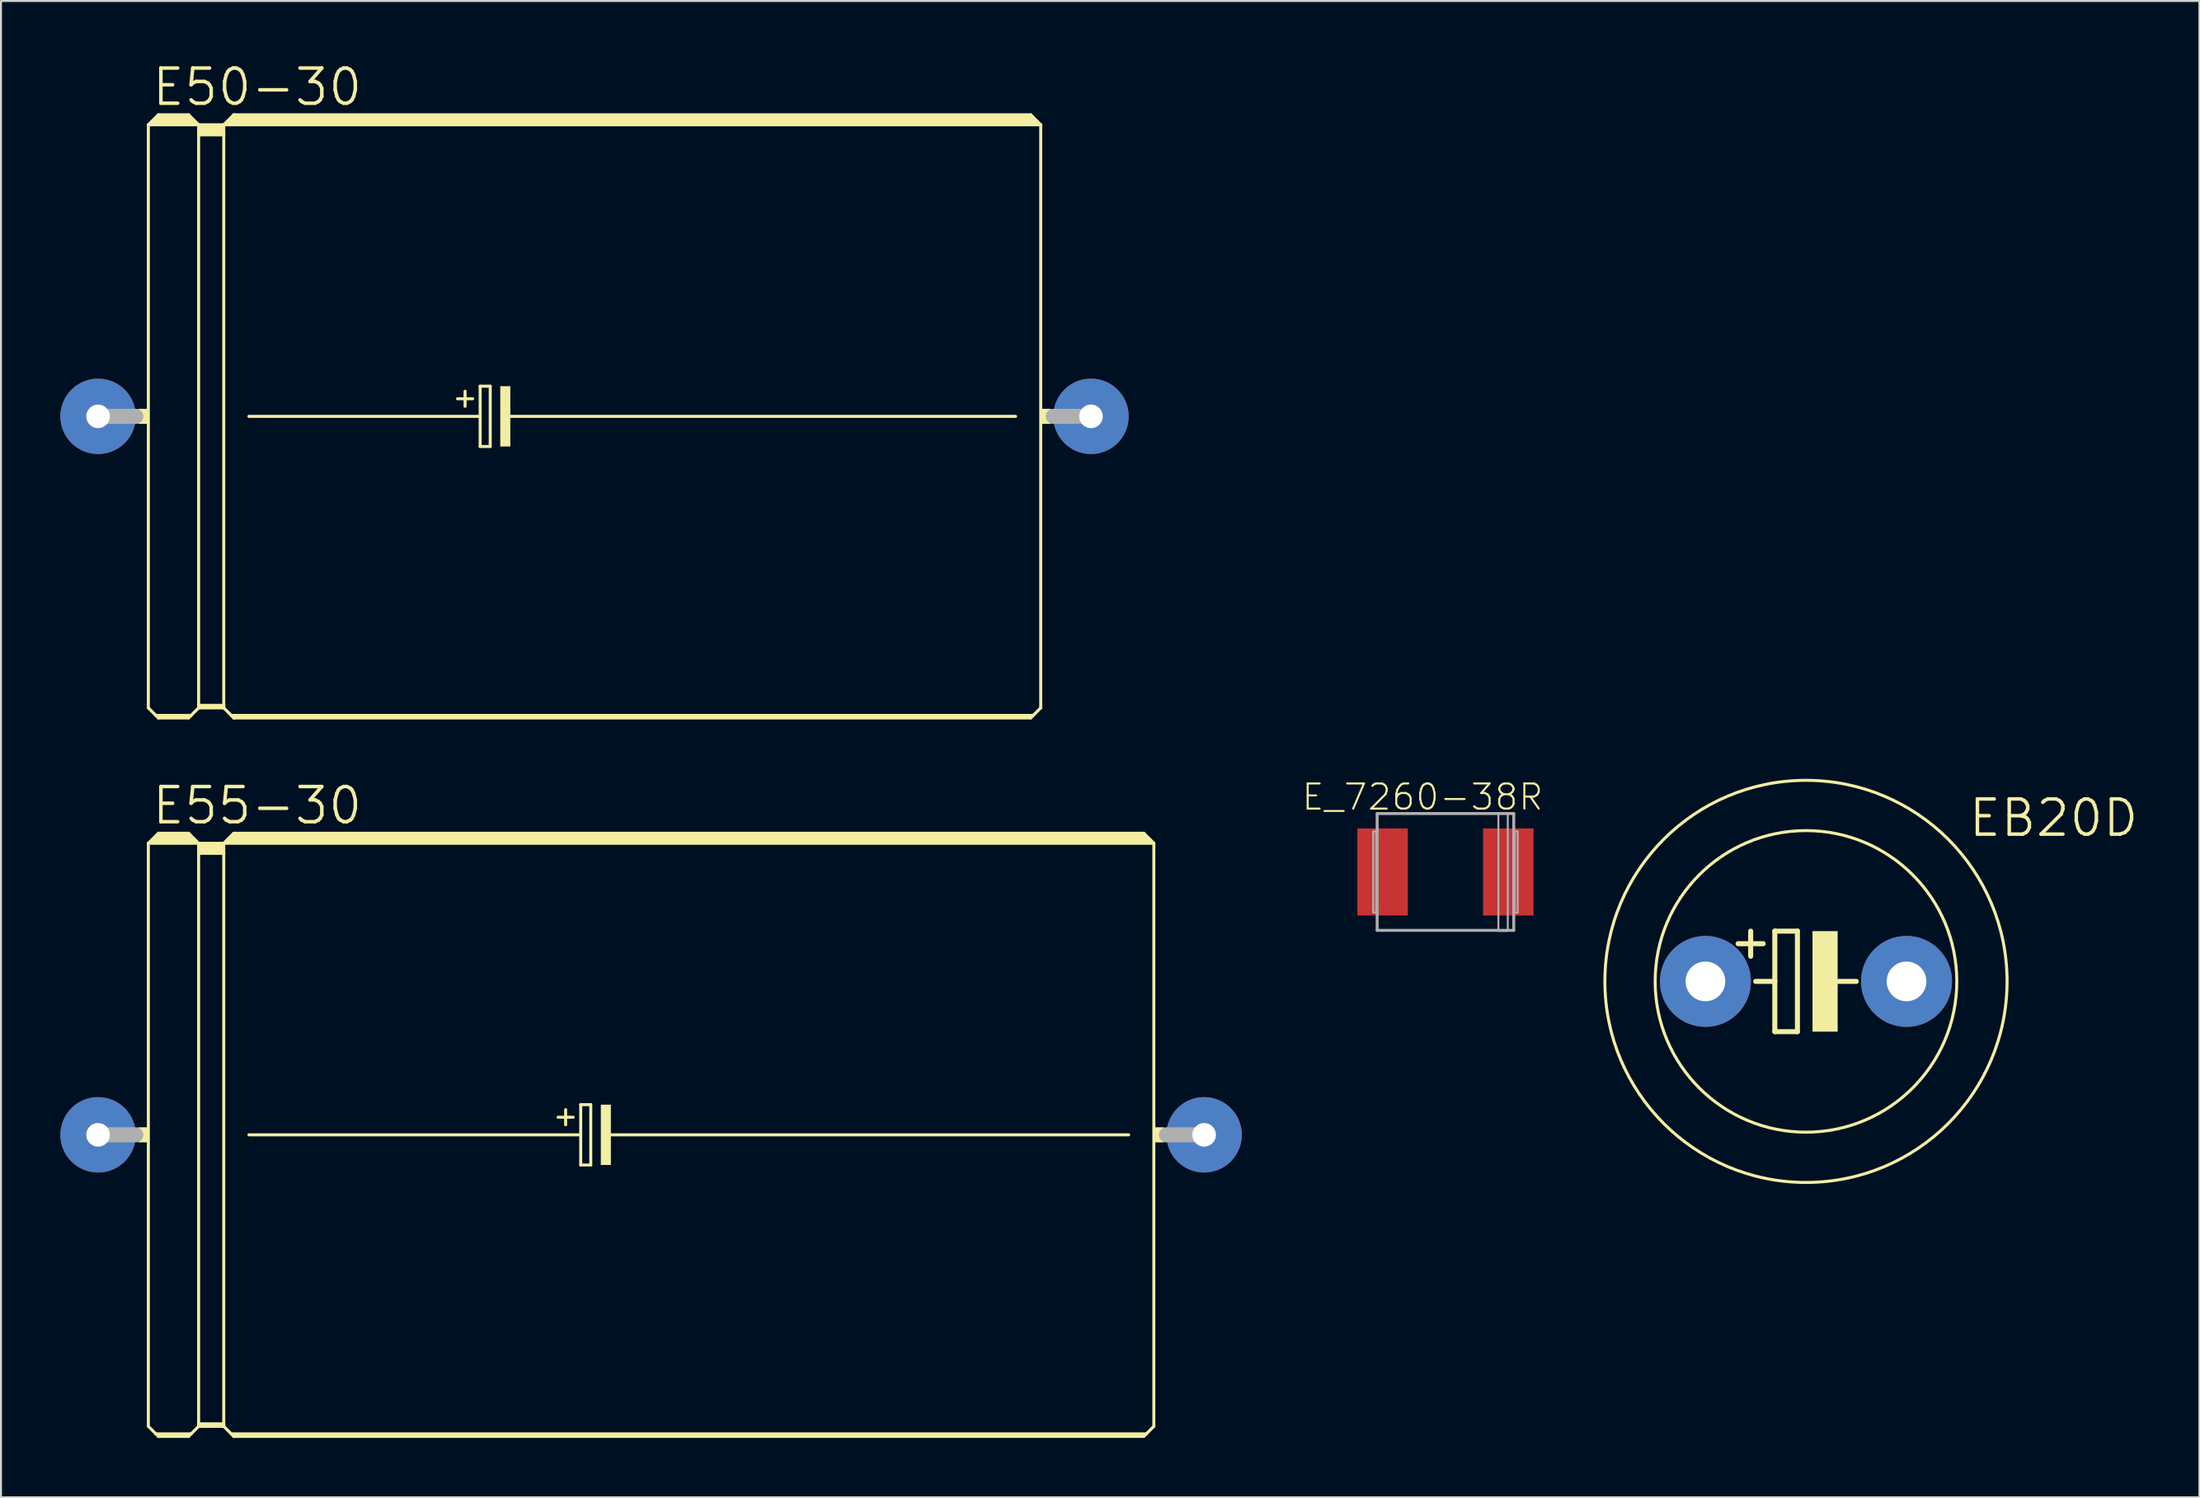
<source format=kicad_pcb>
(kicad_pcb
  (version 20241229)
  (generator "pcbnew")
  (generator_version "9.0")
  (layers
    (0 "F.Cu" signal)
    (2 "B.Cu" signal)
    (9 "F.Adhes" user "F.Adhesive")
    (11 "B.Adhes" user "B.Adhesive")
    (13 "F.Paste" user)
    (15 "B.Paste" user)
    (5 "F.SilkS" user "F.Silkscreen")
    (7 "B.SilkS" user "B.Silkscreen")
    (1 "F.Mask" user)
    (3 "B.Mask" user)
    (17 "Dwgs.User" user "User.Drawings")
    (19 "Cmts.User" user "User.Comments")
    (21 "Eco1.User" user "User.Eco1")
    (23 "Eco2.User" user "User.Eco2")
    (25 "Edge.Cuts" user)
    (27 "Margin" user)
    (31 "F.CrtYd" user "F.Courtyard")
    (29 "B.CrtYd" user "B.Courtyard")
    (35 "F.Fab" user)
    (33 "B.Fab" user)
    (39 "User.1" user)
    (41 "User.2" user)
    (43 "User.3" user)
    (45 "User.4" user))
  (footprint "E55-30"
    (layer "F.Cu")
    (at 29.845 54.295)
    (property "Reference" "E55-30" (at -19.897 -16.637 0) (layer "F.SilkS") (effects (font (size 1.778 1.778) (thickness 0.178))))
    (attr through_hole)
    (fp_line (start -25.4 -14.732) (end -25.4 14.732) (stroke (width 0.152) (type solid)) (layer "F.SilkS"))
    (fp_line (start -25.4 -14.732) (end -24.892 -15.24) (stroke (width 0.152) (type solid)) (layer "F.SilkS"))
    (fp_line (start -25.4 -14.732) (end -22.86 -14.732) (stroke (width 0.152) (type solid)) (layer "F.SilkS"))
    (fp_line (start -25.4 14.732) (end -25.019 15.113) (stroke (width 0.152) (type solid)) (layer "F.SilkS"))
    (fp_line (start -25.146 -14.859) (end -23.114 -14.859) (stroke (width 0.305) (type solid)) (layer "F.SilkS"))
    (fp_line (start -25.019 15.113) (end -24.892 15.24) (stroke (width 0.152) (type solid)) (layer "F.SilkS"))
    (fp_line (start -25.019 15.113) (end -23.241 15.113) (stroke (width 0.152) (type solid)) (layer "F.SilkS"))
    (fp_line (start -24.892 -15.24) (end -23.368 -15.24) (stroke (width 0.152) (type solid)) (layer "F.SilkS"))
    (fp_line (start -24.892 -15.113) (end -23.368 -15.113) (stroke (width 0.305) (type solid)) (layer "F.SilkS"))
    (fp_line (start -24.892 15.189) (end -23.368 15.189) (stroke (width 0.152) (type solid)) (layer "F.SilkS"))
    (fp_line (start -24.892 15.24) (end -24.892 15.189) (stroke (width 0.152) (type solid)) (layer "F.SilkS"))
    (fp_line (start -24.892 15.24) (end -23.368 15.24) (stroke (width 0.152) (type solid)) (layer "F.SilkS"))
    (fp_line (start -23.368 -15.24) (end -22.86 -14.732) (stroke (width 0.152) (type solid)) (layer "F.SilkS"))
    (fp_line (start -23.368 15.24) (end -23.241 15.113) (stroke (width 0.152) (type solid)) (layer "F.SilkS"))
    (fp_line (start -23.241 15.113) (end -22.86 14.732) (stroke (width 0.152) (type solid)) (layer "F.SilkS"))
    (fp_line (start -22.86 -14.732) (end -21.59 -14.732) (stroke (width 0.152) (type solid)) (layer "F.SilkS"))
    (fp_line (start -22.86 -14.224) (end -22.86 -14.732) (stroke (width 0.152) (type solid)) (layer "F.SilkS"))
    (fp_line (start -22.86 -14.224) (end -21.59 -14.224) (stroke (width 0.152) (type solid)) (layer "F.SilkS"))
    (fp_line (start -22.86 14.605) (end -22.86 -14.224) (stroke (width 0.152) (type solid)) (layer "F.SilkS"))
    (fp_line (start -22.86 14.605) (end -21.59 14.605) (stroke (width 0.152) (type solid)) (layer "F.SilkS"))
    (fp_line (start -22.86 14.681) (end -22.86 14.605) (stroke (width 0.152) (type solid)) (layer "F.SilkS"))
    (fp_line (start -22.86 14.681) (end -21.59 14.681) (stroke (width 0.152) (type solid)) (layer "F.SilkS"))
    (fp_line (start -22.86 14.732) (end -22.86 14.681) (stroke (width 0.152) (type solid)) (layer "F.SilkS"))
    (fp_line (start -22.86 14.732) (end -21.59 14.732) (stroke (width 0.152) (type solid)) (layer "F.SilkS"))
    (fp_line (start -22.733 -14.605) (end -21.717 -14.605) (stroke (width 0.305) (type solid)) (layer "F.SilkS"))
    (fp_line (start -22.733 -14.351) (end -21.717 -14.351) (stroke (width 0.305) (type solid)) (layer "F.SilkS"))
    (fp_line (start -21.59 -14.732) (end -21.082 -15.24) (stroke (width 0.152) (type solid)) (layer "F.SilkS"))
    (fp_line (start -21.59 -14.732) (end 25.4 -14.732) (stroke (width 0.152) (type solid)) (layer "F.SilkS"))
    (fp_line (start -21.59 -14.224) (end -21.59 -14.732) (stroke (width 0.152) (type solid)) (layer "F.SilkS"))
    (fp_line (start -21.59 14.605) (end -21.59 -14.224) (stroke (width 0.152) (type solid)) (layer "F.SilkS"))
    (fp_line (start -21.59 14.681) (end -21.59 14.605) (stroke (width 0.152) (type solid)) (layer "F.SilkS"))
    (fp_line (start -21.59 14.732) (end -21.59 14.681) (stroke (width 0.152) (type solid)) (layer "F.SilkS"))
    (fp_line (start -21.59 14.732) (end -21.209 15.113) (stroke (width 0.152) (type solid)) (layer "F.SilkS"))
    (fp_line (start -21.336 -14.859) (end 25.146 -14.859) (stroke (width 0.305) (type solid)) (layer "F.SilkS"))
    (fp_line (start -21.209 15.113) (end -21.082 15.24) (stroke (width 0.152) (type solid)) (layer "F.SilkS"))
    (fp_line (start -21.209 15.113) (end 25.019 15.113) (stroke (width 0.152) (type solid)) (layer "F.SilkS"))
    (fp_line (start -21.082 -15.24) (end 24.892 -15.24) (stroke (width 0.152) (type solid)) (layer "F.SilkS"))
    (fp_line (start -21.082 -15.113) (end 24.892 -15.113) (stroke (width 0.305) (type solid)) (layer "F.SilkS"))
    (fp_line (start -21.082 15.189) (end 24.892 15.189) (stroke (width 0.152) (type solid)) (layer "F.SilkS"))
    (fp_line (start -21.082 15.24) (end -21.082 15.189) (stroke (width 0.152) (type solid)) (layer "F.SilkS"))
    (fp_line (start -21.082 15.24) (end 24.892 15.24) (stroke (width 0.152) (type solid)) (layer "F.SilkS"))
    (fp_line (start -20.32 0) (end -3.556 0) (stroke (width 0.152) (type solid)) (layer "F.SilkS"))
    (fp_line (start -4.699 -0.889) (end -3.937 -0.889) (stroke (width 0.152) (type solid)) (layer "F.SilkS"))
    (fp_line (start -4.318 -1.27) (end -4.318 -0.508) (stroke (width 0.152) (type solid)) (layer "F.SilkS"))
    (fp_line (start -3.556 -1.524) (end -3.556 0) (stroke (width 0.152) (type solid)) (layer "F.SilkS"))
    (fp_line (start -3.556 0) (end -3.556 1.524) (stroke (width 0.152) (type solid)) (layer "F.SilkS"))
    (fp_line (start -3.556 1.524) (end -3.048 1.524) (stroke (width 0.152) (type solid)) (layer "F.SilkS"))
    (fp_line (start -3.048 -1.524) (end -3.556 -1.524) (stroke (width 0.152) (type solid)) (layer "F.SilkS"))
    (fp_line (start -3.048 1.524) (end -3.048 -1.524) (stroke (width 0.152) (type solid)) (layer "F.SilkS"))
    (fp_line (start -2.159 0) (end 24.13 0) (stroke (width 0.152) (type solid)) (layer "F.SilkS"))
    (fp_line (start 24.892 -15.24) (end 25.4 -14.732) (stroke (width 0.152) (type solid)) (layer "F.SilkS"))
    (fp_line (start 24.892 15.24) (end 25.019 15.113) (stroke (width 0.152) (type solid)) (layer "F.SilkS"))
    (fp_line (start 25.019 15.113) (end 25.4 14.732) (stroke (width 0.152) (type solid)) (layer "F.SilkS"))
    (fp_line (start 25.4 -14.732) (end 25.4 14.732) (stroke (width 0.152) (type solid)) (layer "F.SilkS"))
    (fp_poly (pts (xy -25.908 -0.381) (xy -25.4 -0.381) (xy -25.4 0.381) (xy -25.908 0.381)) (stroke (width 0) (type solid)) (fill yes) (layer "F.SilkS"))
    (fp_poly (pts (xy -2.54 -1.524) (xy -2.032 -1.524) (xy -2.032 1.524) (xy -2.54 1.524)) (stroke (width 0) (type solid)) (fill yes) (layer "F.SilkS"))
    (fp_poly (pts (xy 25.4 -0.381) (xy 25.908 -0.381) (xy 25.908 0.381) (xy 25.4 0.381)) (stroke (width 0) (type solid)) (fill yes) (layer "F.SilkS"))
    (fp_line (start -27.94 0) (end -26.035 0) (stroke (width 0.762) (type solid)) (layer "F.Fab"))
    (fp_line (start 27.94 0) (end 26.035 0) (stroke (width 0.762) (type solid)) (layer "F.Fab"))
    (pad "+" thru_hole circle (at -27.94 0) (size 3.81 3.81) (drill 1.194) (layers "*.Cu" "*.Mask"))
    (pad "-" thru_hole circle (at 27.94 0) (size 3.81 3.81) (drill 1.194) (layers "*.Cu" "*.Mask")))
  (footprint "EB20D"
    (layer "F.Cu")
    (at 88.193 46.542)
    (property "Reference" "EB20D" (at 12.514 -8.255 0) (layer "F.SilkS") (effects (font (size 1.778 1.778) (thickness 0.178))))
    (attr through_hole)
    (fp_line (start -2.794 -2.54) (end -2.794 -1.27) (stroke (width 0.254) (type solid)) (layer "F.SilkS"))
    (fp_line (start -2.54 0) (end -1.575 0) (stroke (width 0.254) (type solid)) (layer "F.SilkS"))
    (fp_line (start -2.159 -1.905) (end -3.429 -1.905) (stroke (width 0.254) (type solid)) (layer "F.SilkS"))
    (fp_line (start -1.575 -2.54) (end -0.432 -2.54) (stroke (width 0.254) (type solid)) (layer "F.SilkS"))
    (fp_line (start -1.575 0) (end -1.575 -2.54) (stroke (width 0.254) (type solid)) (layer "F.SilkS"))
    (fp_line (start -1.575 2.54) (end -1.575 0) (stroke (width 0.254) (type solid)) (layer "F.SilkS"))
    (fp_line (start -0.432 -2.54) (end -0.432 2.54) (stroke (width 0.254) (type solid)) (layer "F.SilkS"))
    (fp_line (start -0.432 2.54) (end -1.575 2.54) (stroke (width 0.254) (type solid)) (layer "F.SilkS"))
    (fp_line (start 0.635 0) (end 2.54 0) (stroke (width 0.254) (type solid)) (layer "F.SilkS"))
    (fp_circle (center 0 0) (end 7.62 0) (stroke (width 0.152) (type solid)) (fill no) (layer "F.SilkS"))
    (fp_circle (center 0 0) (end 10.16 0) (stroke (width 0.152) (type solid)) (fill no) (layer "F.SilkS"))
    (fp_poly (pts (xy 0.33 -2.54) (xy 1.6 -2.54) (xy 1.6 2.54) (xy 0.33 2.54)) (stroke (width 0) (type solid)) (fill yes) (layer "F.SilkS"))
    (pad "+" thru_hole circle (at -5.08 0) (size 4.597 4.597) (drill 2.007) (layers "*.Cu" "*.Mask"))
    (pad "-" thru_hole circle (at 5.08 0) (size 4.597 4.597) (drill 2.007) (layers "*.Cu" "*.Mask")))
  (footprint "E_7260-38R"
    (layer "F.Cu")
    (at 69.978 41.012)
    (property "Reference" "E_7260-38R" (at -1.154 -3.785 0) (layer "F.SilkS") (effects (font (size 1.27 1.27) (thickness 0.102))))
    (attr through_hole)
    (fp_line (start -3.45 -2.95) (end 3.45 -2.95) (stroke (width 0.15) (type solid)) (layer "F.Fab"))
    (fp_line (start -3.45 2.95) (end -3.45 -2.95) (stroke (width 0.15) (type solid)) (layer "F.Fab"))
    (fp_line (start 3.45 -2.95) (end 3.45 2.95) (stroke (width 0.15) (type solid)) (layer "F.Fab"))
    (fp_line (start 3.45 2.95) (end -3.45 2.95) (stroke (width 0.15) (type solid)) (layer "F.Fab"))
    (fp_poly (pts (xy -3.65 -2.05) (xy -3.5 -2.05) (xy -3.5 2.05) (xy -3.65 2.05)) (stroke (width 0.1) (type solid)) (fill no) (layer "F.Fab"))
    (fp_poly (pts (xy 2.675 -2.975) (xy 3.15 -2.975) (xy 3.15 2.975) (xy 2.675 2.975)) (stroke (width 0.1) (type solid)) (fill no) (layer "F.Fab"))
    (fp_poly (pts (xy 3.5 -2.05) (xy 3.65 -2.05) (xy 3.65 2.05) (xy 3.5 2.05)) (stroke (width 0.1) (type solid)) (fill no) (layer "F.Fab"))
    (pad "+" smd rect (at 3.175 0) (size 2.55 4.4) (layers "F.Cu" "F.Mask" "F.Paste"))
    (pad "-" smd rect (at -3.175 0) (size 2.55 4.4) (layers "F.Cu" "F.Mask" "F.Paste")))
  (footprint "E50-30"
    (layer "F.Cu")
    (at 27.305 17.989)
    (property "Reference" "E50-30" (at -17.357 -16.637 0) (layer "F.SilkS") (effects (font (size 1.778 1.778) (thickness 0.178))))
    (attr through_hole)
    (fp_line (start -22.86 -14.732) (end -22.86 14.732) (stroke (width 0.152) (type solid)) (layer "F.SilkS"))
    (fp_line (start -22.86 -14.732) (end -22.352 -15.24) (stroke (width 0.152) (type solid)) (layer "F.SilkS"))
    (fp_line (start -22.86 -14.732) (end -20.32 -14.732) (stroke (width 0.152) (type solid)) (layer "F.SilkS"))
    (fp_line (start -22.86 14.732) (end -22.479 15.113) (stroke (width 0.152) (type solid)) (layer "F.SilkS"))
    (fp_line (start -22.606 -14.859) (end -22.479 -14.859) (stroke (width 0.305) (type solid)) (layer "F.SilkS"))
    (fp_line (start -22.479 -14.859) (end -22.479 -14.986) (stroke (width 0.305) (type solid)) (layer "F.SilkS"))
    (fp_line (start -22.479 -14.859) (end -20.701 -14.859) (stroke (width 0.305) (type solid)) (layer "F.SilkS"))
    (fp_line (start -22.479 15.113) (end -22.352 15.24) (stroke (width 0.152) (type solid)) (layer "F.SilkS"))
    (fp_line (start -22.479 15.113) (end -20.701 15.113) (stroke (width 0.152) (type solid)) (layer "F.SilkS"))
    (fp_line (start -22.352 -15.24) (end -20.828 -15.24) (stroke (width 0.152) (type solid)) (layer "F.SilkS"))
    (fp_line (start -22.352 -15.113) (end -20.828 -15.113) (stroke (width 0.305) (type solid)) (layer "F.SilkS"))
    (fp_line (start -22.352 15.189) (end -20.828 15.189) (stroke (width 0.152) (type solid)) (layer "F.SilkS"))
    (fp_line (start -22.352 15.24) (end -22.352 15.189) (stroke (width 0.152) (type solid)) (layer "F.SilkS"))
    (fp_line (start -22.352 15.24) (end -20.828 15.24) (stroke (width 0.152) (type solid)) (layer "F.SilkS"))
    (fp_line (start -20.701 -14.859) (end -20.701 -14.986) (stroke (width 0.305) (type solid)) (layer "F.SilkS"))
    (fp_line (start -20.701 -14.859) (end -20.574 -14.859) (stroke (width 0.305) (type solid)) (layer "F.SilkS"))
    (fp_line (start -20.701 15.113) (end -20.828 15.24) (stroke (width 0.152) (type solid)) (layer "F.SilkS"))
    (fp_line (start -20.32 -14.732) (end -20.828 -15.24) (stroke (width 0.152) (type solid)) (layer "F.SilkS"))
    (fp_line (start -20.32 -14.732) (end -20.32 -14.224) (stroke (width 0.152) (type solid)) (layer "F.SilkS"))
    (fp_line (start -20.32 -14.732) (end -19.05 -14.732) (stroke (width 0.152) (type solid)) (layer "F.SilkS"))
    (fp_line (start -20.32 -14.224) (end -20.32 14.605) (stroke (width 0.152) (type solid)) (layer "F.SilkS"))
    (fp_line (start -20.32 -14.224) (end -19.05 -14.224) (stroke (width 0.152) (type solid)) (layer "F.SilkS"))
    (fp_line (start -20.32 14.605) (end -20.32 14.681) (stroke (width 0.152) (type solid)) (layer "F.SilkS"))
    (fp_line (start -20.32 14.605) (end -19.05 14.605) (stroke (width 0.152) (type solid)) (layer "F.SilkS"))
    (fp_line (start -20.32 14.681) (end -20.32 14.732) (stroke (width 0.152) (type solid)) (layer "F.SilkS"))
    (fp_line (start -20.32 14.681) (end -19.05 14.681) (stroke (width 0.152) (type solid)) (layer "F.SilkS"))
    (fp_line (start -20.32 14.732) (end -20.701 15.113) (stroke (width 0.152) (type solid)) (layer "F.SilkS"))
    (fp_line (start -20.32 14.732) (end -19.05 14.732) (stroke (width 0.152) (type solid)) (layer "F.SilkS"))
    (fp_line (start -20.193 -14.605) (end -19.177 -14.605) (stroke (width 0.305) (type solid)) (layer "F.SilkS"))
    (fp_line (start -20.193 -14.351) (end -19.177 -14.351) (stroke (width 0.305) (type solid)) (layer "F.SilkS"))
    (fp_line (start -19.05 -14.732) (end -19.05 -14.224) (stroke (width 0.152) (type solid)) (layer "F.SilkS"))
    (fp_line (start -19.05 -14.732) (end 22.225 -14.732) (stroke (width 0.152) (type solid)) (layer "F.SilkS"))
    (fp_line (start -19.05 -14.224) (end -19.05 14.605) (stroke (width 0.152) (type solid)) (layer "F.SilkS"))
    (fp_line (start -19.05 14.605) (end -19.05 14.681) (stroke (width 0.152) (type solid)) (layer "F.SilkS"))
    (fp_line (start -19.05 14.681) (end -19.05 14.732) (stroke (width 0.152) (type solid)) (layer "F.SilkS"))
    (fp_line (start -19.05 14.732) (end -18.669 15.113) (stroke (width 0.152) (type solid)) (layer "F.SilkS"))
    (fp_line (start -18.796 -14.859) (end -18.669 -14.859) (stroke (width 0.305) (type solid)) (layer "F.SilkS"))
    (fp_line (start -18.669 -14.859) (end -18.669 -14.986) (stroke (width 0.305) (type solid)) (layer "F.SilkS"))
    (fp_line (start -18.669 -14.859) (end 21.971 -14.859) (stroke (width 0.305) (type solid)) (layer "F.SilkS"))
    (fp_line (start -18.669 15.113) (end -18.542 15.24) (stroke (width 0.152) (type solid)) (layer "F.SilkS"))
    (fp_line (start -18.669 15.113) (end 21.844 15.113) (stroke (width 0.152) (type solid)) (layer "F.SilkS"))
    (fp_line (start -18.542 -15.24) (end -19.05 -14.732) (stroke (width 0.152) (type solid)) (layer "F.SilkS"))
    (fp_line (start -18.542 -15.24) (end 21.717 -15.24) (stroke (width 0.152) (type solid)) (layer "F.SilkS"))
    (fp_line (start -18.542 -15.113) (end 21.717 -15.113) (stroke (width 0.305) (type solid)) (layer "F.SilkS"))
    (fp_line (start -18.542 15.189) (end 21.717 15.189) (stroke (width 0.152) (type solid)) (layer "F.SilkS"))
    (fp_line (start -18.542 15.24) (end -18.542 15.189) (stroke (width 0.152) (type solid)) (layer "F.SilkS"))
    (fp_line (start -17.78 0) (end -6.096 0) (stroke (width 0.152) (type solid)) (layer "F.SilkS"))
    (fp_line (start -7.239 -0.889) (end -6.477 -0.889) (stroke (width 0.152) (type solid)) (layer "F.SilkS"))
    (fp_line (start -6.858 -1.27) (end -6.858 -0.508) (stroke (width 0.152) (type solid)) (layer "F.SilkS"))
    (fp_line (start -6.096 -1.524) (end -6.096 0) (stroke (width 0.152) (type solid)) (layer "F.SilkS"))
    (fp_line (start -6.096 0) (end -6.096 1.524) (stroke (width 0.152) (type solid)) (layer "F.SilkS"))
    (fp_line (start -6.096 1.524) (end -5.588 1.524) (stroke (width 0.152) (type solid)) (layer "F.SilkS"))
    (fp_line (start -5.588 -1.524) (end -6.096 -1.524) (stroke (width 0.152) (type solid)) (layer "F.SilkS"))
    (fp_line (start -5.588 1.524) (end -5.588 -1.524) (stroke (width 0.152) (type solid)) (layer "F.SilkS"))
    (fp_line (start -4.699 0) (end 20.955 0) (stroke (width 0.152) (type solid)) (layer "F.SilkS"))
    (fp_line (start 21.717 -15.24) (end 22.225 -14.732) (stroke (width 0.152) (type solid)) (layer "F.SilkS"))
    (fp_line (start 21.717 15.24) (end -18.542 15.24) (stroke (width 0.152) (type solid)) (layer "F.SilkS"))
    (fp_line (start 21.844 15.113) (end 21.717 15.24) (stroke (width 0.152) (type solid)) (layer "F.SilkS"))
    (fp_line (start 22.225 -14.732) (end 22.225 14.732) (stroke (width 0.152) (type solid)) (layer "F.SilkS"))
    (fp_line (start 22.225 14.732) (end 21.844 15.113) (stroke (width 0.152) (type solid)) (layer "F.SilkS"))
    (fp_poly (pts (xy -23.368 -0.381) (xy -22.86 -0.381) (xy -22.86 0.381) (xy -23.368 0.381)) (stroke (width 0) (type solid)) (fill yes) (layer "F.SilkS"))
    (fp_poly (pts (xy -5.08 -1.524) (xy -4.572 -1.524) (xy -4.572 1.524) (xy -5.08 1.524)) (stroke (width 0) (type solid)) (fill yes) (layer "F.SilkS"))
    (fp_poly (pts (xy 22.225 -0.381) (xy 22.733 -0.381) (xy 22.733 0.381) (xy 22.225 0.381)) (stroke (width 0) (type solid)) (fill yes) (layer "F.SilkS"))
    (fp_line (start -25.4 0) (end -23.495 0) (stroke (width 0.762) (type solid)) (layer "F.Fab"))
    (fp_line (start 24.765 0) (end 22.86 0) (stroke (width 0.762) (type solid)) (layer "F.Fab"))
    (pad "+" thru_hole circle (at -25.4 0) (size 3.81 3.81) (drill 1.194) (layers "*.Cu" "*.Mask"))
    (pad "-" thru_hole circle (at 24.765 0) (size 3.81 3.81) (drill 1.194) (layers "*.Cu" "*.Mask")))
  (gr_rect
    (start -3 -3)
    (end 108.071 72.611)
    (stroke (width 0.1) (type default))
    (fill no)
    (layer "Edge.Cuts")))
</source>
